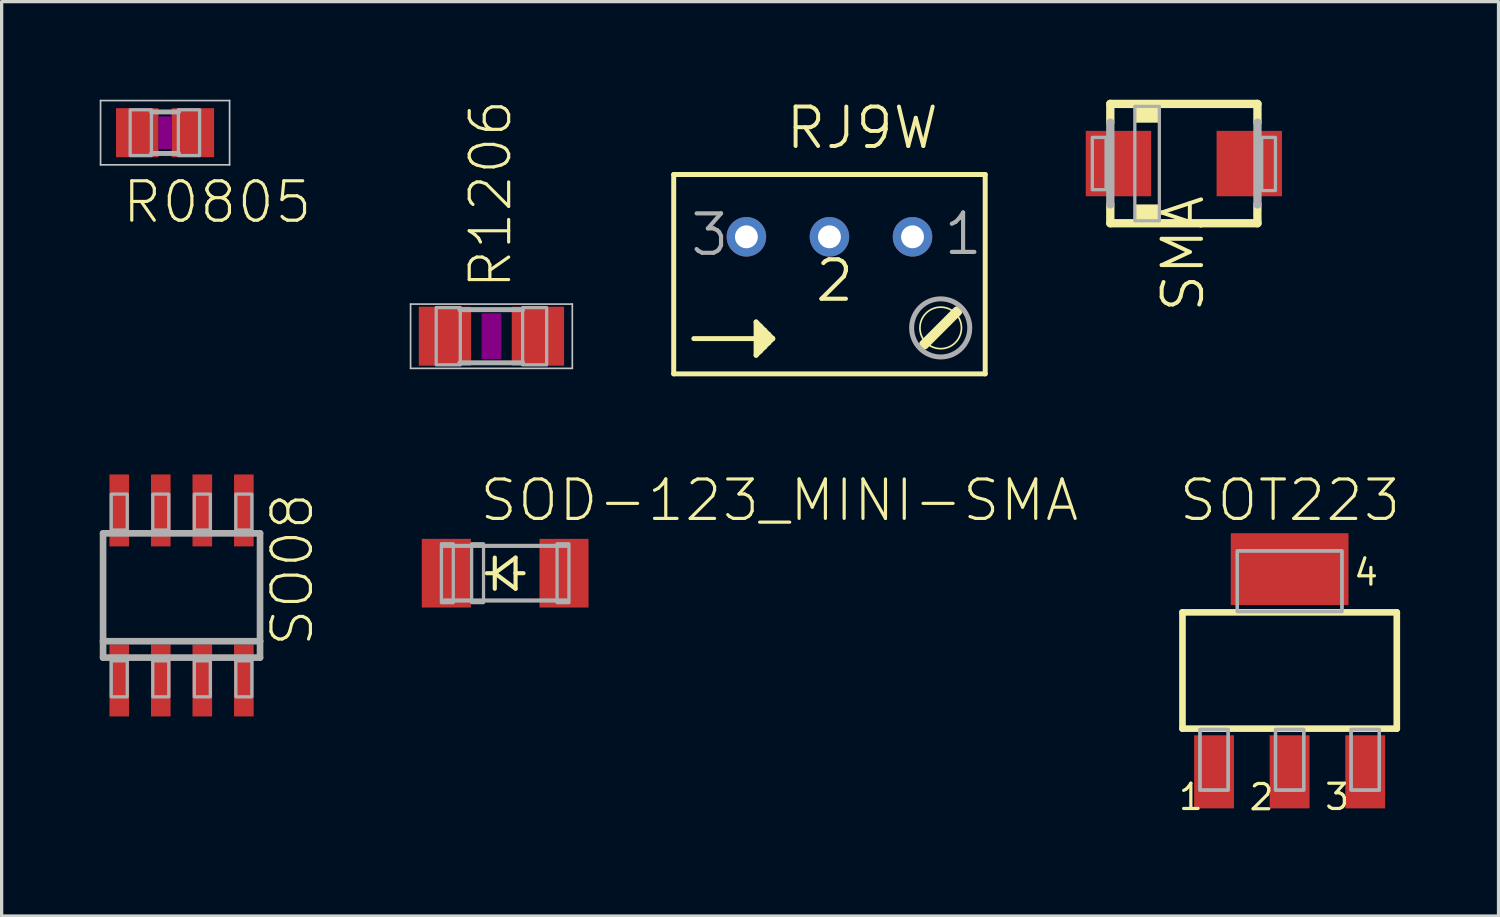
<source format=kicad_pcb>
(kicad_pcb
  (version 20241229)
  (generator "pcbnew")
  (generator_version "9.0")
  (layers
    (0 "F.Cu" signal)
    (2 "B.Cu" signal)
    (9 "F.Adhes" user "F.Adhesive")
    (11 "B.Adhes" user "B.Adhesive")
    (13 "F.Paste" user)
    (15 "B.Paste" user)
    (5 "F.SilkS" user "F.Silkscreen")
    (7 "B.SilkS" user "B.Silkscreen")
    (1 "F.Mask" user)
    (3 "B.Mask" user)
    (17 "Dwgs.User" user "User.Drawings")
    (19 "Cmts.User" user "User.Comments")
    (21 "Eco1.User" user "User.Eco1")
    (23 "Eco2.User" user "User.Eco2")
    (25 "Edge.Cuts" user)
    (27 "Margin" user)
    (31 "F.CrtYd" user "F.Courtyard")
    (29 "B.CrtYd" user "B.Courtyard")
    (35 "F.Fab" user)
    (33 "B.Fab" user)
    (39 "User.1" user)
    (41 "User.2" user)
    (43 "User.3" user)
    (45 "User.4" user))
  (footprint "R1206"
    (layer "F.Cu")
    (at 11.979 7.232)
    (property "Reference" "R1206" (at 0.679 -1.381 90) (layer "F.SilkS") (effects (font (size 1.206 1.206) (thickness 0.097)) (justify left bottom)))
    (attr through_hole)
    (fp_poly (pts (xy -0.3 0.7) (xy 0.3 0.7) (xy 0.3 -0.7) (xy -0.3 -0.7)) (stroke (width 0) (type solid)) (fill yes) (layer "F.Adhes"))
    (fp_line (start -2.473 -0.983) (end 2.473 -0.983) (stroke (width 0.051) (type solid)) (layer "Dwgs.User"))
    (fp_line (start -2.473 0.983) (end -2.473 -0.983) (stroke (width 0.051) (type solid)) (layer "Dwgs.User"))
    (fp_line (start 2.473 -0.983) (end 2.473 0.983) (stroke (width 0.051) (type solid)) (layer "Dwgs.User"))
    (fp_line (start 2.473 0.983) (end -2.473 0.983) (stroke (width 0.051) (type solid)) (layer "Dwgs.User"))
    (fp_line (start 0.953 -0.813) (end -0.965 -0.813) (stroke (width 0.152) (type solid)) (layer "F.Fab"))
    (fp_line (start 0.953 0.813) (end -0.965 0.813) (stroke (width 0.152) (type solid)) (layer "F.Fab"))
    (fp_poly (pts (xy -1.689 0.876) (xy -0.953 0.876) (xy -0.953 -0.876) (xy -1.689 -0.876)) (stroke (width 0.1) (type solid)) (fill no) (layer "F.Fab"))
    (fp_poly (pts (xy 0.953 0.876) (xy 1.689 0.876) (xy 1.689 -0.876) (xy 0.953 -0.876)) (stroke (width 0.1) (type solid)) (fill no) (layer "F.Fab"))
    (pad "1" smd rect (at -1.422 0) (size 1.6 1.803) (layers "F.Cu" "F.Mask" "F.Paste"))
    (pad "2" smd rect (at 1.422 0) (size 1.6 1.803) (layers "F.Cu" "F.Mask" "F.Paste")))
  (footprint "SMA"
    (layer "F.Cu")
    (at 33.155 1.952)
    (property "Reference" "SMA" (at 0.68 4.62 270) (layer "F.SilkS") (effects (font (size 1.206 1.206) (thickness 0.121)) (justify left bottom)))
    (attr through_hole)
    (fp_line (start -2.25 -1.825) (end -2.25 -1.25) (stroke (width 0.254) (type solid)) (layer "F.SilkS"))
    (fp_line (start -2.25 -1.825) (end 2.25 -1.825) (stroke (width 0.254) (type solid)) (layer "F.SilkS"))
    (fp_line (start -2.25 1.825) (end -2.25 1.25) (stroke (width 0.254) (type solid)) (layer "F.SilkS"))
    (fp_line (start 2.25 -1.825) (end 2.25 -1.25) (stroke (width 0.254) (type solid)) (layer "F.SilkS"))
    (fp_line (start 2.25 1.825) (end -2.25 1.825) (stroke (width 0.254) (type solid)) (layer "F.SilkS"))
    (fp_arc (start 2.25 1.825) (mid 2.247611 1.5375) (end 2.25 1.25) (stroke (width 0.254) (type solid)) (layer "F.SilkS"))
    (fp_poly (pts (xy -1.5 -1.25) (xy -0.75 -1.25) (xy -0.75 -1.75) (xy -1.5 -1.75)) (stroke (width 0) (type solid)) (fill yes) (layer "F.SilkS"))
    (fp_poly (pts (xy -1.5 1.75) (xy -0.75 1.75) (xy -0.75 1.25) (xy -1.5 1.25)) (stroke (width 0) (type solid)) (fill yes) (layer "F.SilkS"))
    (fp_line (start -2.25 1.25) (end -2.25 -1.25) (stroke (width 0.254) (type solid)) (layer "F.Fab"))
    (fp_line (start 2.25 -1.25) (end 2.25 1.25) (stroke (width 0.254) (type solid)) (layer "F.Fab"))
    (fp_poly (pts (xy -2.8 0.8) (xy -2.38 0.8) (xy -2.38 -0.8) (xy -2.8 -0.8)) (stroke (width 0.1) (type solid)) (fill no) (layer "F.Fab"))
    (fp_poly (pts (xy -1.5 1.75) (xy -0.75 1.75) (xy -0.75 -1.75) (xy -1.5 -1.75)) (stroke (width 0.1) (type solid)) (fill no) (layer "F.Fab"))
    (fp_poly (pts (xy 2.38 0.825) (xy 2.8 0.825) (xy 2.8 -0.8) (xy 2.38 -0.8)) (stroke (width 0.1) (type solid)) (fill no) (layer "F.Fab"))
    (pad "A" smd rect (at 2 0) (size 2 2) (layers "F.Cu" "F.Mask" "F.Paste"))
    (pad "C" smd rect (at -2 0) (size 2 2) (layers "F.Cu" "F.Mask" "F.Paste")))
  (footprint "RJ9W"
    (layer "F.Cu")
    (at 22.316 5.335)
    (property "Reference" "RJ9W" (at -1.402 -3.767 0) (layer "F.SilkS") (effects (font (size 1.206 1.206) (thickness 0.121)) (justify left bottom)))
    (attr through_hole)
    (fp_line (start -4.763 3.048) (end -4.763 -3.048) (stroke (width 0.152) (type solid)) (layer "F.SilkS"))
    (fp_line (start -4.763 3.048) (end 4.763 3.048) (stroke (width 0.152) (type solid)) (layer "F.SilkS"))
    (fp_line (start -4.148 1.97) (end -2.116 1.97) (stroke (width 0.152) (type solid)) (layer "F.SilkS"))
    (fp_line (start -2.243 1.462) (end -2.243 2.478) (stroke (width 0.152) (type solid)) (layer "F.SilkS"))
    (fp_line (start -2.243 2.478) (end -2.116 2.351) (stroke (width 0.152) (type solid)) (layer "F.SilkS"))
    (fp_line (start -2.116 1.589) (end -2.243 1.462) (stroke (width 0.152) (type solid)) (layer "F.SilkS"))
    (fp_line (start -2.116 1.97) (end -2.116 1.589) (stroke (width 0.152) (type solid)) (layer "F.SilkS"))
    (fp_line (start -2.116 2.351) (end -2.116 1.97) (stroke (width 0.152) (type solid)) (layer "F.SilkS"))
    (fp_line (start -1.989 1.716) (end -2.116 1.589) (stroke (width 0.152) (type solid)) (layer "F.SilkS"))
    (fp_line (start -1.989 2.224) (end -2.116 2.351) (stroke (width 0.152) (type solid)) (layer "F.SilkS"))
    (fp_line (start -1.989 2.224) (end -1.989 1.716) (stroke (width 0.152) (type solid)) (layer "F.SilkS"))
    (fp_line (start -1.862 1.843) (end -1.989 1.716) (stroke (width 0.152) (type solid)) (layer "F.SilkS"))
    (fp_line (start -1.862 2.097) (end -1.989 2.224) (stroke (width 0.152) (type solid)) (layer "F.SilkS"))
    (fp_line (start -1.862 2.097) (end -1.862 1.843) (stroke (width 0.152) (type solid)) (layer "F.SilkS"))
    (fp_line (start -1.735 1.97) (end -2.116 1.97) (stroke (width 0.152) (type solid)) (layer "F.SilkS"))
    (fp_line (start -1.735 1.97) (end -1.862 1.843) (stroke (width 0.152) (type solid)) (layer "F.SilkS"))
    (fp_line (start -1.735 1.97) (end -1.862 2.097) (stroke (width 0.152) (type solid)) (layer "F.SilkS"))
    (fp_line (start 3.91 1.135) (end 2.894 2.151) (stroke (width 0.305) (type solid)) (layer "F.SilkS"))
    (fp_line (start 4.763 -3.048) (end -4.763 -3.048) (stroke (width 0.152) (type solid)) (layer "F.SilkS"))
    (fp_line (start 4.763 -3.048) (end 4.763 3.048) (stroke (width 0.152) (type solid)) (layer "F.SilkS"))
    (fp_circle (center 3.402 1.643) (end 4.037 1.643) (stroke (width 0.051) (type solid)) (fill no) (layer "F.SilkS"))
    (fp_circle (center 3.402 1.643) (end 4.291 1.643) (stroke (width 0.152) (type solid)) (fill no) (layer "F.Fab"))
    (fp_text user "2" (at -0.5 0.905 0) (layer "F.SilkS") (effects (font (size 1.206 1.206) (thickness 0.127)) (justify left bottom)))
    (fp_text user "1" (at 3.429 -0.527 0) (layer "F.Fab") (effects (font (size 1.206 1.206) (thickness 0.127)) (justify left bottom)))
    (fp_text user "3" (at -4.318 -0.5 0) (layer "F.Fab") (effects (font (size 1.206 1.206) (thickness 0.127)) (justify left bottom)))
    (pad "A" thru_hole circle (at 2.54 -1.143 90) (size 1.208 1.208) (drill 0.7) (layers "*.Cu" "*.Mask"))
    (pad "E" thru_hole circle (at -2.54 -1.143 90) (size 1.208 1.208) (drill 0.7) (layers "*.Cu" "*.Mask"))
    (pad "S" thru_hole circle (at 0 -1.143 90) (size 1.208 1.208) (drill 0.7) (layers "*.Cu" "*.Mask")))
  (footprint "SO08"
    (layer "F.Cu")
    (at 2.502 15.16)
    (property "Reference" "SO08" (at 4.093 1.625 270) (layer "F.SilkS") (effects (font (size 1.206 1.206) (thickness 0.097)) (justify left bottom)))
    (attr through_hole)
    (fp_line (start -2.4 -1.9) (end 2.4 -1.9) (stroke (width 0.203) (type solid)) (layer "F.Fab"))
    (fp_line (start -2.4 1.4) (end -2.4 -1.9) (stroke (width 0.203) (type solid)) (layer "F.Fab"))
    (fp_line (start -2.4 1.9) (end -2.4 1.4) (stroke (width 0.203) (type solid)) (layer "F.Fab"))
    (fp_line (start 2.4 -1.9) (end 2.4 1.4) (stroke (width 0.203) (type solid)) (layer "F.Fab"))
    (fp_line (start 2.4 1.4) (end -2.4 1.4) (stroke (width 0.203) (type solid)) (layer "F.Fab"))
    (fp_line (start 2.4 1.4) (end 2.4 1.9) (stroke (width 0.203) (type solid)) (layer "F.Fab"))
    (fp_line (start 2.4 1.9) (end -2.4 1.9) (stroke (width 0.203) (type solid)) (layer "F.Fab"))
    (fp_poly (pts (xy -2.15 -2) (xy -1.66 -2) (xy -1.66 -3.1) (xy -2.15 -3.1)) (stroke (width 0.1) (type solid)) (fill no) (layer "F.Fab"))
    (fp_poly (pts (xy -2.15 3.1) (xy -1.66 3.1) (xy -1.66 2) (xy -2.15 2)) (stroke (width 0.1) (type solid)) (fill no) (layer "F.Fab"))
    (fp_poly (pts (xy -0.88 -2) (xy -0.39 -2) (xy -0.39 -3.1) (xy -0.88 -3.1)) (stroke (width 0.1) (type solid)) (fill no) (layer "F.Fab"))
    (fp_poly (pts (xy -0.88 3.1) (xy -0.39 3.1) (xy -0.39 2) (xy -0.88 2)) (stroke (width 0.1) (type solid)) (fill no) (layer "F.Fab"))
    (fp_poly (pts (xy 0.39 -2) (xy 0.88 -2) (xy 0.88 -3.1) (xy 0.39 -3.1)) (stroke (width 0.1) (type solid)) (fill no) (layer "F.Fab"))
    (fp_poly (pts (xy 0.39 3.1) (xy 0.88 3.1) (xy 0.88 2) (xy 0.39 2)) (stroke (width 0.1) (type solid)) (fill no) (layer "F.Fab"))
    (fp_poly (pts (xy 1.66 -2) (xy 2.15 -2) (xy 2.15 -3.1) (xy 1.66 -3.1)) (stroke (width 0.1) (type solid)) (fill no) (layer "F.Fab"))
    (fp_poly (pts (xy 1.66 3.1) (xy 2.15 3.1) (xy 2.15 2) (xy 1.66 2)) (stroke (width 0.1) (type solid)) (fill no) (layer "F.Fab"))
    (pad "1" smd rect (at -1.905 2.6) (size 0.6 2.2) (layers "F.Cu" "F.Mask" "F.Paste"))
    (pad "2" smd rect (at -0.635 2.6) (size 0.6 2.2) (layers "F.Cu" "F.Mask" "F.Paste"))
    (pad "3" smd rect (at 0.635 2.6) (size 0.6 2.2) (layers "F.Cu" "F.Mask" "F.Paste"))
    (pad "4" smd rect (at 1.905 2.6) (size 0.6 2.2) (layers "F.Cu" "F.Mask" "F.Paste"))
    (pad "5" smd rect (at 1.905 -2.6) (size 0.6 2.2) (layers "F.Cu" "F.Mask" "F.Paste"))
    (pad "6" smd rect (at 0.635 -2.6) (size 0.6 2.2) (layers "F.Cu" "F.Mask" "F.Paste"))
    (pad "7" smd rect (at -0.635 -2.6) (size 0.6 2.2) (layers "F.Cu" "F.Mask" "F.Paste"))
    (pad "8" smd rect (at -1.905 -2.6) (size 0.6 2.2) (layers "F.Cu" "F.Mask" "F.Paste")))
  (footprint "SOT223"
    (layer "F.Cu")
    (at 36.389 17.455)
    (property "Reference" "SOT223" (at -3.44 -4.499 180) (layer "F.SilkS") (effects (font (size 1.206 1.206) (thickness 0.097)) (justify left bottom)))
    (attr through_hole)
    (fp_line (start -3.277 -1.778) (end 3.277 -1.778) (stroke (width 0.203) (type solid)) (layer "F.SilkS"))
    (fp_line (start -3.277 1.778) (end -3.277 -1.778) (stroke (width 0.203) (type solid)) (layer "F.SilkS"))
    (fp_line (start 3.277 -1.778) (end 3.277 1.778) (stroke (width 0.203) (type solid)) (layer "F.SilkS"))
    (fp_line (start 3.277 1.778) (end -3.277 1.778) (stroke (width 0.203) (type solid)) (layer "F.SilkS"))
    (fp_poly (pts (xy -2.743 3.658) (xy -1.88 3.658) (xy -1.88 1.803) (xy -2.743 1.803)) (stroke (width 0.1) (type solid)) (fill no) (layer "F.Fab"))
    (fp_poly (pts (xy -2.743 3.658) (xy -1.88 3.658) (xy -1.88 1.803) (xy -2.743 1.803)) (stroke (width 0.1) (type solid)) (fill no) (layer "F.Fab"))
    (fp_poly (pts (xy -1.6 -1.803) (xy 1.6 -1.803) (xy 1.6 -3.658) (xy -1.6 -3.658)) (stroke (width 0.1) (type solid)) (fill no) (layer "F.Fab"))
    (fp_poly (pts (xy -1.6 -1.803) (xy 1.6 -1.803) (xy 1.6 -3.658) (xy -1.6 -3.658)) (stroke (width 0.1) (type solid)) (fill no) (layer "F.Fab"))
    (fp_poly (pts (xy -0.432 3.658) (xy 0.432 3.658) (xy 0.432 1.803) (xy -0.432 1.803)) (stroke (width 0.1) (type solid)) (fill no) (layer "F.Fab"))
    (fp_poly (pts (xy -0.432 3.658) (xy 0.432 3.658) (xy 0.432 1.803) (xy -0.432 1.803)) (stroke (width 0.1) (type solid)) (fill no) (layer "F.Fab"))
    (fp_poly (pts (xy 1.88 3.658) (xy 2.743 3.658) (xy 2.743 1.803) (xy 1.88 1.803)) (stroke (width 0.1) (type solid)) (fill no) (layer "F.Fab"))
    (fp_poly (pts (xy 1.88 3.658) (xy 2.743 3.658) (xy 2.743 1.803) (xy 1.88 1.803)) (stroke (width 0.1) (type solid)) (fill no) (layer "F.Fab"))
    (fp_text user "1" (at -3.453 4.318 0) (layer "F.SilkS") (effects (font (size 0.772 0.772) (thickness 0.098)) (justify left bottom)))
    (fp_text user "2" (at -1.291 4.327 0) (layer "F.SilkS") (effects (font (size 0.772 0.772) (thickness 0.098)) (justify left bottom)))
    (fp_text user "3" (at 1.021 4.318 0) (layer "F.SilkS") (effects (font (size 0.772 0.772) (thickness 0.098)) (justify left bottom)))
    (fp_text user "4" (at 1.905 -2.54 0) (layer "F.SilkS") (effects (font (size 0.772 0.772) (thickness 0.098)) (justify left bottom)))
    (pad "1" smd rect (at -2.311 3.099) (size 1.219 2.235) (layers "F.Cu" "F.Mask" "F.Paste"))
    (pad "2" smd rect (at 0 3.099) (size 1.219 2.235) (layers "F.Cu" "F.Mask" "F.Paste"))
    (pad "3" smd rect (at 2.311 3.099) (size 1.219 2.235) (layers "F.Cu" "F.Mask" "F.Paste"))
    (pad "4" smd rect (at 0 -3.099) (size 3.6 2.2) (layers "F.Cu" "F.Mask" "F.Paste")))
  (footprint "SOD-123_MINI-SMA"
    (layer "F.Cu")
    (at 12.399 14.479)
    (property "Reference" "SOD-123_MINI-SMA" (at -0.838 -1.523 0) (layer "F.SilkS") (effects (font (size 1.206 1.206) (thickness 0.097)) (justify left bottom)))
    (attr through_hole)
    (fp_line (start -0.318 0) (end -0.561 0) (stroke (width 0.127) (type solid)) (layer "F.SilkS"))
    (fp_line (start -0.318 0) (end -0.318 -0.476) (stroke (width 0.127) (type solid)) (layer "F.SilkS"))
    (fp_line (start -0.318 0) (end -0.318 0.476) (stroke (width 0.127) (type solid)) (layer "F.SilkS"))
    (fp_line (start -0.318 0) (end 0.318 0.476) (stroke (width 0.127) (type solid)) (layer "F.SilkS"))
    (fp_line (start 0.318 -0.476) (end -0.318 0) (stroke (width 0.127) (type solid)) (layer "F.SilkS"))
    (fp_line (start 0.318 0) (end 0.318 -0.476) (stroke (width 0.127) (type solid)) (layer "F.SilkS"))
    (fp_line (start 0.318 0) (end 0.561 0) (stroke (width 0.127) (type solid)) (layer "F.SilkS"))
    (fp_line (start 0.318 0.476) (end 0.318 0) (stroke (width 0.127) (type solid)) (layer "F.SilkS"))
    (fp_line (start -1.873 -0.835) (end 1.873 -0.835) (stroke (width 0.127) (type solid)) (layer "F.Fab"))
    (fp_line (start -1.873 0.835) (end 1.873 0.835) (stroke (width 0.127) (type solid)) (layer "F.Fab"))
    (fp_poly (pts (xy -1.95 0.9) (xy -1.587 0.9) (xy -1.587 -0.9) (xy -1.95 -0.9)) (stroke (width 0.1) (type solid)) (fill no) (layer "F.Fab"))
    (fp_poly (pts (xy -1.025 0.9) (xy -0.662 0.9) (xy -0.662 -0.9) (xy -1.025 -0.9)) (stroke (width 0.1) (type solid)) (fill no) (layer "F.Fab"))
    (fp_poly (pts (xy 1.587 0.9) (xy 1.95 0.9) (xy 1.95 -0.9) (xy 1.587 -0.9)) (stroke (width 0.1) (type solid)) (fill no) (layer "F.Fab"))
    (pad "A" smd rect (at 1.8 0 180) (size 1.5 2.1) (layers "F.Cu" "F.Mask" "F.Paste"))
    (pad "C" smd rect (at -1.8 0 180) (size 1.5 2.1) (layers "F.Cu" "F.Mask" "F.Paste")))
  (footprint "R0805"
    (layer "F.Cu")
    (at 1.998 1.008)
    (property "Reference" "R0805" (at -1.369 2.829 180) (layer "F.SilkS") (effects (font (size 1.206 1.206) (thickness 0.097)) (justify left bottom)))
    (attr through_hole)
    (fp_poly (pts (xy -0.2 0.5) (xy 0.2 0.5) (xy 0.2 -0.5) (xy -0.2 -0.5)) (stroke (width 0) (type solid)) (fill yes) (layer "F.Adhes"))
    (fp_line (start -1.973 -0.983) (end 1.973 -0.983) (stroke (width 0.051) (type solid)) (layer "Dwgs.User"))
    (fp_line (start -1.973 0.983) (end -1.973 -0.983) (stroke (width 0.051) (type solid)) (layer "Dwgs.User"))
    (fp_line (start 1.973 -0.983) (end 1.973 0.983) (stroke (width 0.051) (type solid)) (layer "Dwgs.User"))
    (fp_line (start 1.973 0.983) (end -1.973 0.983) (stroke (width 0.051) (type solid)) (layer "Dwgs.User"))
    (fp_line (start -0.41 -0.635) (end 0.41 -0.635) (stroke (width 0.152) (type solid)) (layer "F.Fab"))
    (fp_line (start -0.41 0.635) (end 0.41 0.635) (stroke (width 0.152) (type solid)) (layer "F.Fab"))
    (fp_poly (pts (xy -1.067 0.699) (xy -0.417 0.699) (xy -0.417 -0.702) (xy -1.067 -0.702)) (stroke (width 0.1) (type solid)) (fill no) (layer "F.Fab"))
    (fp_poly (pts (xy 0.406 0.699) (xy 1.056 0.699) (xy 1.056 -0.702) (xy 0.406 -0.702)) (stroke (width 0.1) (type solid)) (fill no) (layer "F.Fab"))
    (pad "1" smd rect (at -0.85 0) (size 1.3 1.5) (layers "F.Cu" "F.Mask" "F.Paste"))
    (pad "2" smd rect (at 0.85 0) (size 1.3 1.5) (layers "F.Cu" "F.Mask" "F.Paste")))
  (gr_rect
    (start -3 -3)
    (end 42.777 24.963)
    (stroke (width 0.1) (type default))
    (fill no)
    (layer "Edge.Cuts")))
</source>
